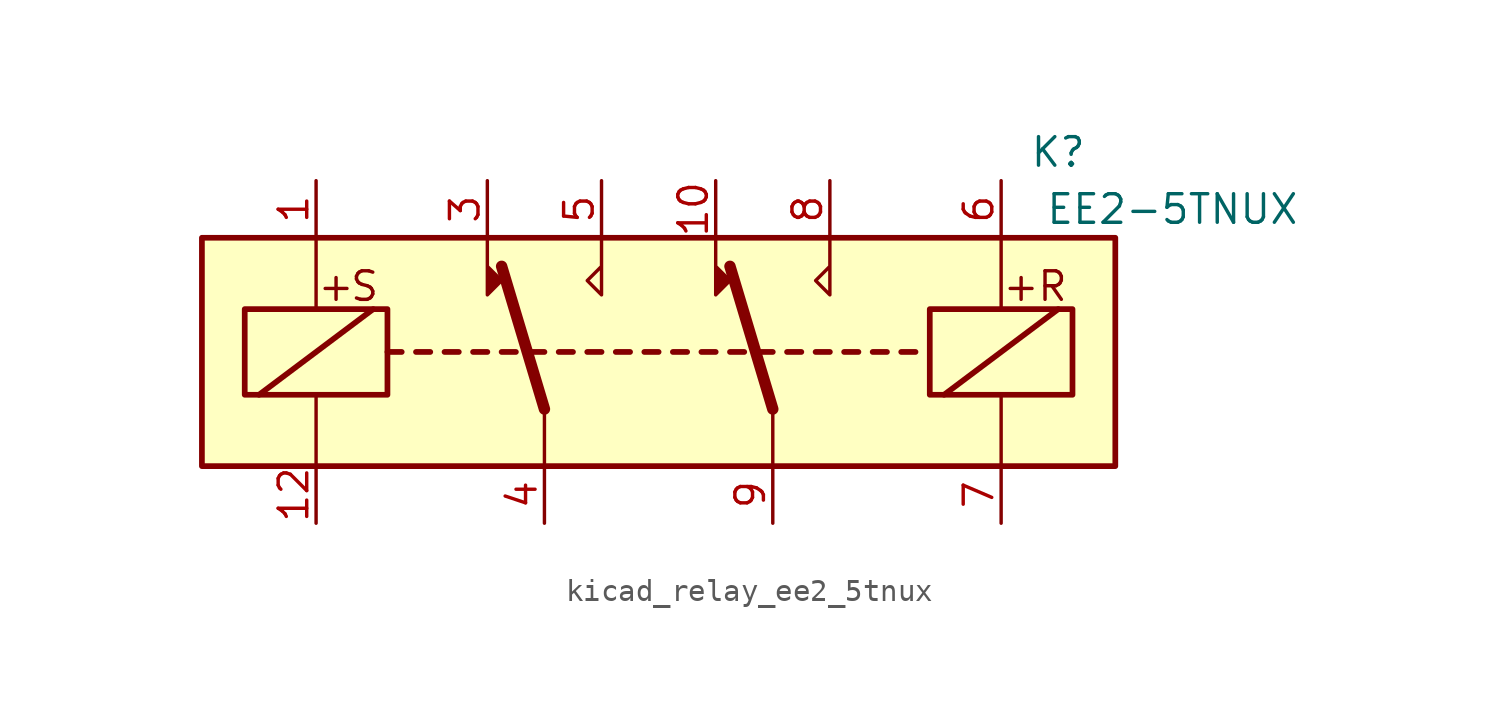
<source format=kicad_sym>
(kicad_symbol_lib
  (version 20220914)
  (generator kicad_symbol_editor)
  (symbol "kicad_relay_ee2_5tnux"
    (property "Reference" "K"
      (at 17.78 8.89 0)
      (effects (font (size 1.27 1.27))))
    (property "Value" "EE2-5TNUX"
      (at 22.86 6.35 0)
      (effects (font (size 1.27 1.27))))
    (symbol "kicad_relay_ee2_5tnux_1_1"
      (rectangle (start -20.32 5.08) (end 20.32 -5.08) (stroke (width 0.254) (type default)) (fill (type background)))
      (rectangle (start -18.415 1.905) (end -12.065 -1.905) (stroke (width 0.254) (type default)) (fill (type none)))
      (polyline (pts (xy -17.78 -1.905) (xy -12.7 1.905)) (stroke (width 0.254) (type default)) (fill (type none)))
      (polyline (pts (xy -15.24 -5.08) (xy -15.24 -1.905)) (stroke (width 0) (type default)) (fill (type none)))
      (polyline (pts (xy -15.24 5.08) (xy -15.24 1.905)) (stroke (width 0) (type default)) (fill (type none)))
      (polyline (pts (xy -12.065 0) (xy -11.43 0)) (stroke (width 0.254) (type default)) (fill (type none)))
      (polyline (pts (xy -10.795 0) (xy -10.16 0)) (stroke (width 0.254) (type default)) (fill (type none)))
      (polyline (pts (xy -9.525 0) (xy -8.89 0)) (stroke (width 0.254) (type default)) (fill (type none)))
      (polyline (pts (xy -8.255 0) (xy -7.62 0)) (stroke (width 0.254) (type default)) (fill (type none)))
      (polyline (pts (xy -6.985 0) (xy -6.35 0)) (stroke (width 0.254) (type default)) (fill (type none)))
      (polyline (pts (xy -5.715 0) (xy -5.08 0)) (stroke (width 0.254) (type default)) (fill (type none)))
      (polyline (pts (xy -5.08 -2.54) (xy -6.985 3.81)) (stroke (width 0.508) (type default)) (fill (type none)))
      (polyline (pts (xy -5.08 -2.54) (xy -5.08 -5.08)) (stroke (width 0) (type default)) (fill (type none)))
      (polyline (pts (xy -4.445 0) (xy -3.81 0)) (stroke (width 0.254) (type default)) (fill (type none)))
      (polyline (pts (xy -3.175 0) (xy -2.54 0)) (stroke (width 0.254) (type default)) (fill (type none)))
      (polyline (pts (xy -1.905 0) (xy -1.27 0)) (stroke (width 0.254) (type default)) (fill (type none)))
      (polyline (pts (xy -0.635 0) (xy 0 0)) (stroke (width 0.254) (type default)) (fill (type none)))
      (polyline (pts (xy 0.635 0) (xy 1.27 0)) (stroke (width 0.254) (type default)) (fill (type none)))
      (polyline (pts (xy 1.905 0) (xy 2.54 0)) (stroke (width 0.254) (type default)) (fill (type none)))
      (polyline (pts (xy 3.175 0) (xy 3.81 0)) (stroke (width 0.254) (type default)) (fill (type none)))
      (polyline (pts (xy 4.445 0) (xy 5.08 0)) (stroke (width 0.254) (type default)) (fill (type none)))
      (polyline (pts (xy 5.08 -2.54) (xy 3.175 3.81)) (stroke (width 0.508) (type default)) (fill (type none)))
      (polyline (pts (xy 5.08 -2.54) (xy 5.08 -5.08)) (stroke (width 0) (type default)) (fill (type none)))
      (polyline (pts (xy 5.715 0) (xy 6.35 0)) (stroke (width 0.254) (type default)) (fill (type none)))
      (polyline (pts (xy 6.985 0) (xy 7.62 0)) (stroke (width 0.254) (type default)) (fill (type none)))
      (polyline (pts (xy 8.255 0) (xy 8.89 0)) (stroke (width 0.254) (type default)) (fill (type none)))
      (polyline (pts (xy 9.525 0) (xy 10.16 0)) (stroke (width 0.254) (type default)) (fill (type none)))
      (polyline (pts (xy 10.795 0) (xy 11.43 0)) (stroke (width 0.254) (type default)) (fill (type none)))
      (polyline (pts (xy 12.7 -1.905) (xy 17.78 1.905)) (stroke (width 0.254) (type default)) (fill (type none)))
      (polyline (pts (xy 15.24 -5.08) (xy 15.24 -1.905)) (stroke (width 0) (type default)) (fill (type none)))
      (polyline (pts (xy 15.24 5.08) (xy 15.24 1.905)) (stroke (width 0) (type default)) (fill (type none)))
      (polyline (pts (xy -7.62 5.08) (xy -7.62 2.54) (xy -6.985 3.175) (xy -7.62 3.81)) (stroke (width 0) (type default)) (fill (type outline)))
      (polyline (pts (xy -2.54 5.08) (xy -2.54 2.54) (xy -3.175 3.175) (xy -2.54 3.81)) (stroke (width 0) (type default)) (fill (type none)))
      (polyline (pts (xy 2.54 5.08) (xy 2.54 2.54) (xy 3.175 3.175) (xy 2.54 3.81)) (stroke (width 0) (type default)) (fill (type outline)))
      (polyline (pts (xy 7.62 5.08) (xy 7.62 2.54) (xy 6.985 3.175) (xy 7.62 3.81)) (stroke (width 0) (type default)) (fill (type none)))
      (rectangle (start 12.065 1.905) (end 18.415 -1.905) (stroke (width 0.254) (type default)) (fill (type none)))
      (text "+" (at -14.351 2.921 0) (effects (font (size 1.27 1.27))))
      (text "+" (at 16.129 2.921 0) (effects (font (size 1.27 1.27))))
      (text "R" (at 17.526 2.921 0) (effects (font (size 1.27 1.27))))
      (text "S" (at -13.081 2.921 0) (effects (font (size 1.27 1.27))))
      (pin passive line (at -15.24 7.62 270) (length 2.54) (name "~" (effects (font (size 1.27 1.27)))) (number "1" (effects (font (size 1.27 1.27)))))
      (pin passive line (at 2.54 7.62 270) (length 2.54) (name "~" (effects (font (size 1.27 1.27)))) (number "10" (effects (font (size 1.27 1.27)))))
      (pin passive line (at -15.24 -7.62 90) (length 2.54) (name "~" (effects (font (size 1.27 1.27)))) (number "12" (effects (font (size 1.27 1.27)))))
      (pin passive line (at -7.62 7.62 270) (length 2.54) (name "~" (effects (font (size 1.27 1.27)))) (number "3" (effects (font (size 1.27 1.27)))))
      (pin passive line (at -5.08 -7.62 90) (length 2.54) (name "~" (effects (font (size 1.27 1.27)))) (number "4" (effects (font (size 1.27 1.27)))))
      (pin passive line (at -2.54 7.62 270) (length 2.54) (name "~" (effects (font (size 1.27 1.27)))) (number "5" (effects (font (size 1.27 1.27)))))
      (pin passive line (at 15.24 7.62 270) (length 2.54) (name "~" (effects (font (size 1.27 1.27)))) (number "6" (effects (font (size 1.27 1.27)))))
      (pin passive line (at 15.24 -7.62 90) (length 2.54) (name "~" (effects (font (size 1.27 1.27)))) (number "7" (effects (font (size 1.27 1.27)))))
      (pin passive line (at 7.62 7.62 270) (length 2.54) (name "~" (effects (font (size 1.27 1.27)))) (number "8" (effects (font (size 1.27 1.27)))))
      (pin passive line (at 5.08 -7.62 90) (length 2.54) (name "~" (effects (font (size 1.27 1.27)))) (number "9" (effects (font (size 1.27 1.27))))))))
</source>
